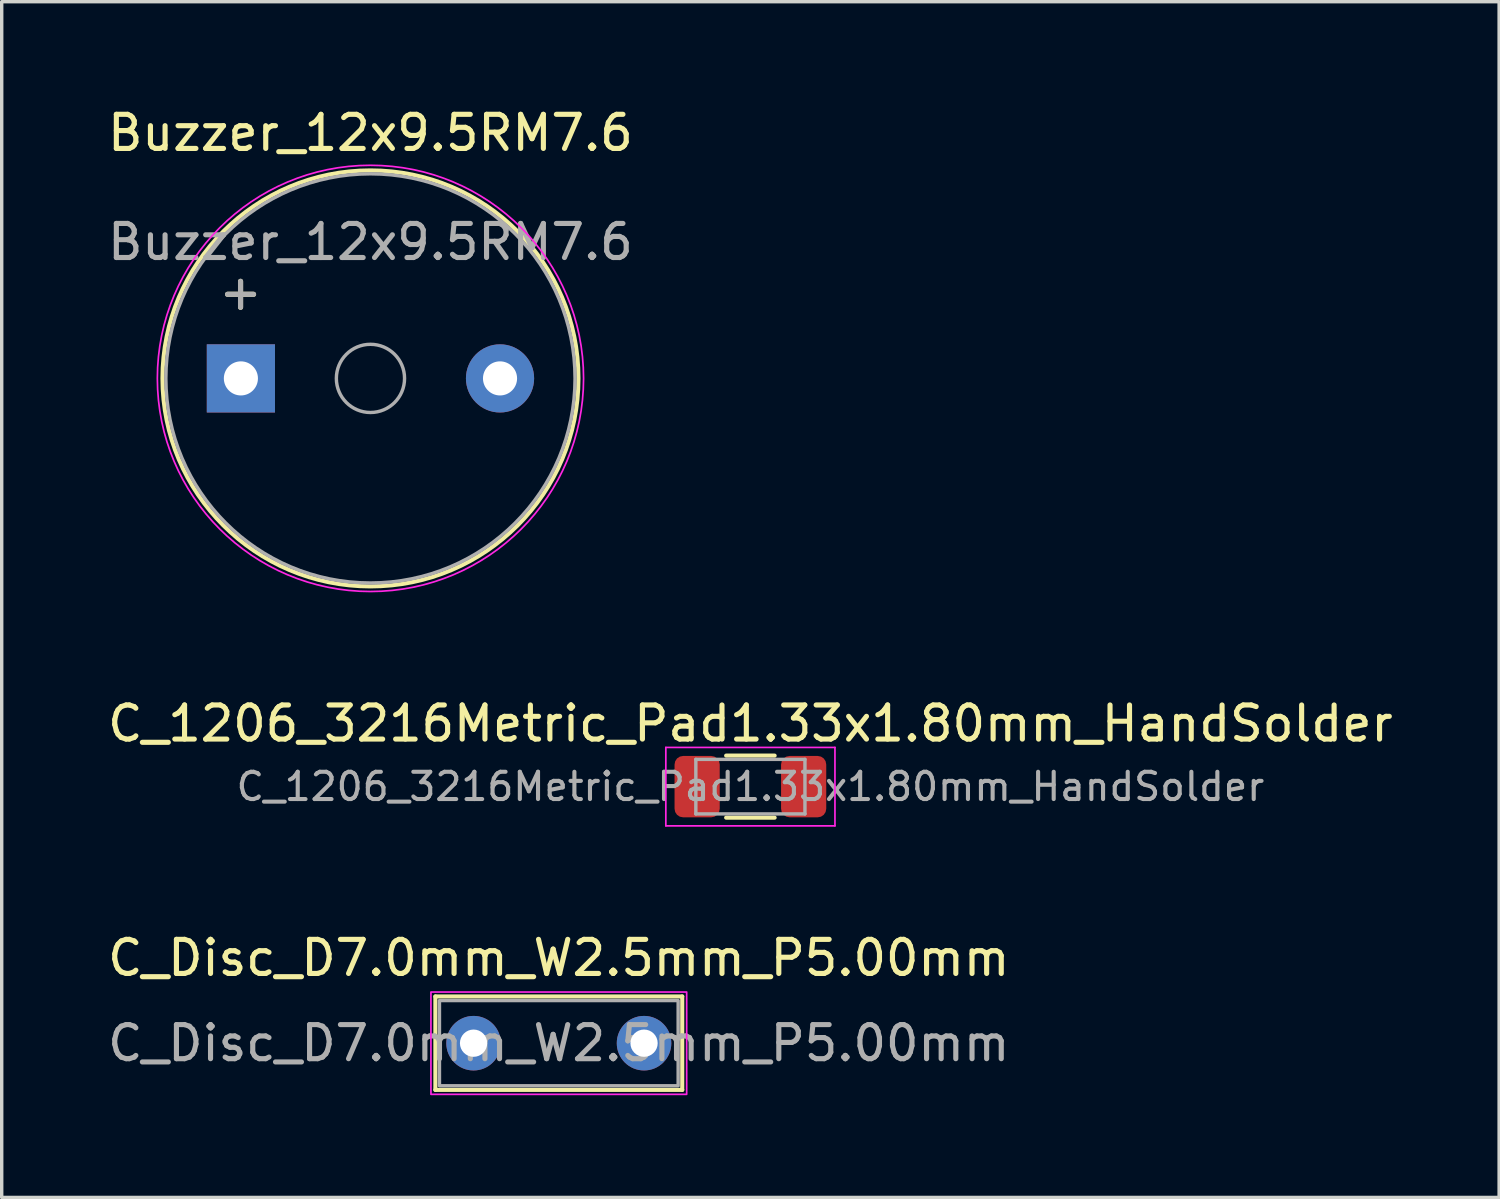
<source format=kicad_pcb>
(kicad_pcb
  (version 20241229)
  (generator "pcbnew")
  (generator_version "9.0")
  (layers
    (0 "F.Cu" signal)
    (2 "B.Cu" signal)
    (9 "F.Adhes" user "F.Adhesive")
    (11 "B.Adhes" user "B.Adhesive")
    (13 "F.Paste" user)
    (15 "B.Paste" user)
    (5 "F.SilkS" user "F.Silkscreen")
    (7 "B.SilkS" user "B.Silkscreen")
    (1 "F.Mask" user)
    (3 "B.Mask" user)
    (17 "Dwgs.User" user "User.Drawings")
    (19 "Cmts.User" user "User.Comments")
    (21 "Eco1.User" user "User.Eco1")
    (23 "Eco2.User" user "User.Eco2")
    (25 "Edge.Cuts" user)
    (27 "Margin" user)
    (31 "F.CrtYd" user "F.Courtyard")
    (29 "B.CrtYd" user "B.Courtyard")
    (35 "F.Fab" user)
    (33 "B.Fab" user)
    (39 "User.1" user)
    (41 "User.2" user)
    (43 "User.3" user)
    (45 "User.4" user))
  (footprint "C_Disc_D7.0mm_W2.5mm_P5.00mm"
    (layer "F.Cu")
    (at 10.839 27.545)
    (property "Reference" "C_Disc_D7.0mm_W2.5mm_P5.00mm" (at 2.5 -2.5 180) (layer "F.SilkS") (effects (font (size 1 1) (thickness 0.15))))
    (attr through_hole)
    (fp_line (start -1.12 -1.37) (end 6.12 -1.37) (stroke (width 0.12) (type solid)) (layer "F.SilkS"))
    (fp_line (start -1.12 1.37) (end -1.12 -1.37) (stroke (width 0.12) (type solid)) (layer "F.SilkS"))
    (fp_line (start 6.12 -1.37) (end 6.12 1.37) (stroke (width 0.12) (type solid)) (layer "F.SilkS"))
    (fp_line (start 6.12 1.37) (end -1.12 1.37) (stroke (width 0.12) (type solid)) (layer "F.SilkS"))
    (fp_rect (start -1.25 -1.5) (end 6.25 1.5) (stroke (width 0.05) (type solid)) (fill no) (layer "F.CrtYd"))
    (fp_rect (start -1 -1.25) (end 6 1.25) (stroke (width 0.1) (type solid)) (fill no) (layer "F.Fab"))
    (fp_text user "${REFERENCE}" (at 2.5 0 180) (layer "F.Fab") (effects (font (size 1 1) (thickness 0.15))))
    (pad "1" thru_hole circle (at 0 0) (size 1.6 1.6) (drill 0.8) (layers "*.Cu" "*.Mask"))
    (pad "2" thru_hole circle (at 5 0) (size 1.6 1.6) (drill 0.8) (layers "*.Cu" "*.Mask")))
  (footprint "C_1206_3216Metric_Pad1.33x1.80mm_HandSolder"
    (layer "F.Cu")
    (at 18.958 20.021)
    (property "Reference" "C_1206_3216Metric_Pad1.33x1.80mm_HandSolder" (at 0 -1.85 180) (layer "F.SilkS") (effects (font (size 1 1) (thickness 0.15))))
    (attr smd)
    (fp_line (start -0.711 -0.91) (end 0.711 -0.91) (stroke (width 0.12) (type solid)) (layer "F.SilkS"))
    (fp_line (start -0.711 0.91) (end 0.711 0.91) (stroke (width 0.12) (type solid)) (layer "F.SilkS"))
    (fp_line (start -2.48 -1.15) (end 2.48 -1.15) (stroke (width 0.05) (type solid)) (layer "F.CrtYd"))
    (fp_line (start -2.48 1.15) (end -2.48 -1.15) (stroke (width 0.05) (type solid)) (layer "F.CrtYd"))
    (fp_line (start 2.48 -1.15) (end 2.48 1.15) (stroke (width 0.05) (type solid)) (layer "F.CrtYd"))
    (fp_line (start 2.48 1.15) (end -2.48 1.15) (stroke (width 0.05) (type solid)) (layer "F.CrtYd"))
    (fp_line (start -1.6 -0.8) (end 1.6 -0.8) (stroke (width 0.1) (type solid)) (layer "F.Fab"))
    (fp_line (start -1.6 0.8) (end -1.6 -0.8) (stroke (width 0.1) (type solid)) (layer "F.Fab"))
    (fp_line (start 1.6 -0.8) (end 1.6 0.8) (stroke (width 0.1) (type solid)) (layer "F.Fab"))
    (fp_line (start 1.6 0.8) (end -1.6 0.8) (stroke (width 0.1) (type solid)) (layer "F.Fab"))
    (fp_text user "${REFERENCE}" (at 0 0 180) (layer "F.Fab") (effects (font (size 0.8 0.8) (thickness 0.12))))
    (pad "1" smd roundrect (at -1.562 0) (size 1.325 1.8) (layers "F.Cu" "F.Mask" "F.Paste") (roundrect_rratio 0.189))
    (pad "2" smd roundrect (at 1.562 0) (size 1.325 1.8) (layers "F.Cu" "F.Mask" "F.Paste") (roundrect_rratio 0.189)))
  (footprint "Buzzer_12x9.5RM7.6"
    (layer "F.Cu")
    (at 4.015 8.048)
    (property "Reference" "Buzzer_12x9.5RM7.6" (at 3.8 -7.2 180) (layer "F.SilkS") (effects (font (size 1 1) (thickness 0.15))))
    (attr through_hole)
    (fp_circle (center 3.8 0) (end 9.9 0) (stroke (width 0.12) (type solid)) (fill no) (layer "F.SilkS"))
    (fp_circle (center 3.8 0) (end 10.05 0) (stroke (width 0.05) (type solid)) (fill no) (layer "F.CrtYd"))
    (fp_circle (center 3.8 0) (end 4.8 0) (stroke (width 0.1) (type solid)) (fill no) (layer "F.Fab"))
    (fp_circle (center 3.8 0) (end 9.8 0) (stroke (width 0.1) (type solid)) (fill no) (layer "F.Fab"))
    (fp_text user "+" (at -0.01 -2.54 180) (layer "F.SilkS") (effects (font (size 1 1) (thickness 0.15))))
    (fp_text user "+" (at -0.01 -2.54 180) (layer "F.Fab") (effects (font (size 1 1) (thickness 0.15))))
    (fp_text user "${REFERENCE}" (at 3.8 -4 180) (layer "F.Fab") (effects (font (size 1 1) (thickness 0.15))))
    (pad "1" thru_hole rect (at 0 0) (size 2 2) (drill 1) (layers "*.Cu" "*.Mask"))
    (pad "2" thru_hole circle (at 7.6 0) (size 2 2) (drill 1) (layers "*.Cu" "*.Mask")))
  (gr_rect
    (start -3 -3)
    (end 40.917 32.07)
    (stroke (width 0.1) (type default))
    (fill no)
    (layer "Edge.Cuts")))
</source>
